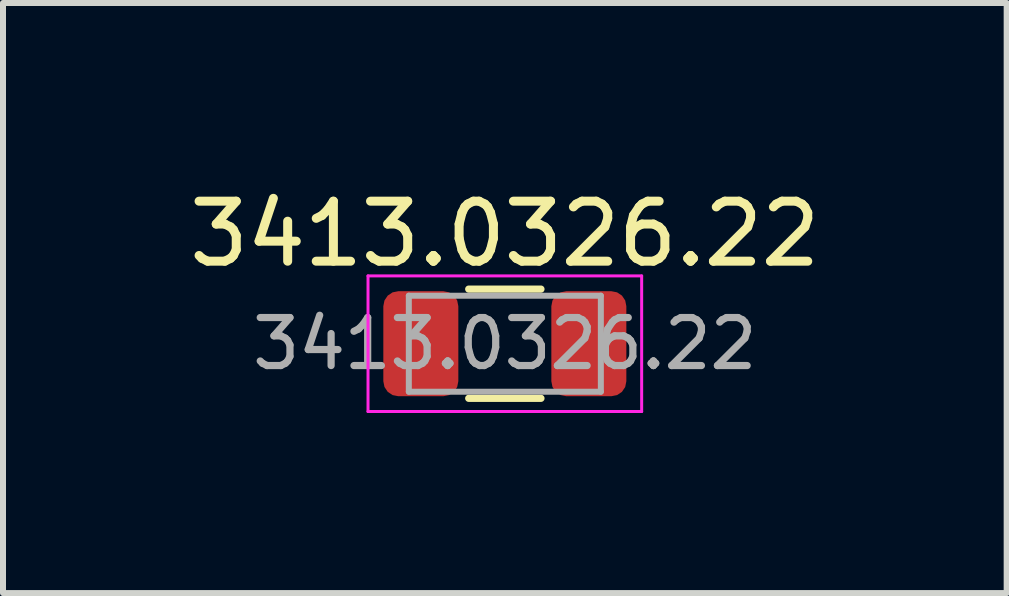
<source format=kicad_pcb>
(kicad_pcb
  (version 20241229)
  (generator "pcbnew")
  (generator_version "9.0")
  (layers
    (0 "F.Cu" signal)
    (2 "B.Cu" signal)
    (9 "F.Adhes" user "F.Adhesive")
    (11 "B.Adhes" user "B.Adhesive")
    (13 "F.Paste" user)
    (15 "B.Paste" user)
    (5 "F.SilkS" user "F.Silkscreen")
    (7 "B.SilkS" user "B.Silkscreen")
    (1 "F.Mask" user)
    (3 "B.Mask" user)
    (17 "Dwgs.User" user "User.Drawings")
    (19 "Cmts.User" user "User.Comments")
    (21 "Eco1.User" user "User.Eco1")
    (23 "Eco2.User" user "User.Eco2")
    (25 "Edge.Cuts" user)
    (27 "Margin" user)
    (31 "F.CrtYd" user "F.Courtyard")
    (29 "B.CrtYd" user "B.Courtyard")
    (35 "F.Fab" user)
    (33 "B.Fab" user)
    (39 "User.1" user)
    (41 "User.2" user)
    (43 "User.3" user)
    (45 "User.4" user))
  (footprint "3413.0326.22"
    (layer "F.Cu")
    (at 5.363 2.678)
    (property "Reference" "3413.0326.22" (at 0 -1.83 0) (layer "F.SilkS") (effects (font (size 1 1) (thickness 0.15))))
    (attr smd)
    (fp_line (start -0.602 -0.91) (end 0.602 -0.91) (stroke (width 0.12) (type solid)) (layer "F.SilkS"))
    (fp_line (start -0.602 0.91) (end 0.602 0.91) (stroke (width 0.12) (type solid)) (layer "F.SilkS"))
    (fp_line (start -2.28 -1.13) (end 2.28 -1.13) (stroke (width 0.05) (type solid)) (layer "F.CrtYd"))
    (fp_line (start -2.28 1.13) (end -2.28 -1.13) (stroke (width 0.05) (type solid)) (layer "F.CrtYd"))
    (fp_line (start 2.28 -1.13) (end 2.28 1.13) (stroke (width 0.05) (type solid)) (layer "F.CrtYd"))
    (fp_line (start 2.28 1.13) (end -2.28 1.13) (stroke (width 0.05) (type solid)) (layer "F.CrtYd"))
    (fp_line (start -1.6 -0.8) (end 1.6 -0.8) (stroke (width 0.1) (type solid)) (layer "F.Fab"))
    (fp_line (start -1.6 0.8) (end -1.6 -0.8) (stroke (width 0.1) (type solid)) (layer "F.Fab"))
    (fp_line (start 1.6 -0.8) (end 1.6 0.8) (stroke (width 0.1) (type solid)) (layer "F.Fab"))
    (fp_line (start 1.6 0.8) (end -1.6 0.8) (stroke (width 0.1) (type solid)) (layer "F.Fab"))
    (fp_text user "${REFERENCE}" (at 0 0 0) (layer "F.Fab") (effects (font (size 0.8 0.8) (thickness 0.12))))
    (pad "1" smd roundrect (at -1.4 0) (size 1.25 1.75) (layers "F.Cu" "F.Mask" "F.Paste") (roundrect_rratio 0.2))
    (pad "2" smd roundrect (at 1.4 0) (size 1.25 1.75) (layers "F.Cu" "F.Mask" "F.Paste") (roundrect_rratio 0.2)))
  (gr_rect
    (start -3 -3)
    (end 13.726 6.833)
    (stroke (width 0.1) (type default))
    (fill no)
    (layer "Edge.Cuts")))
</source>
